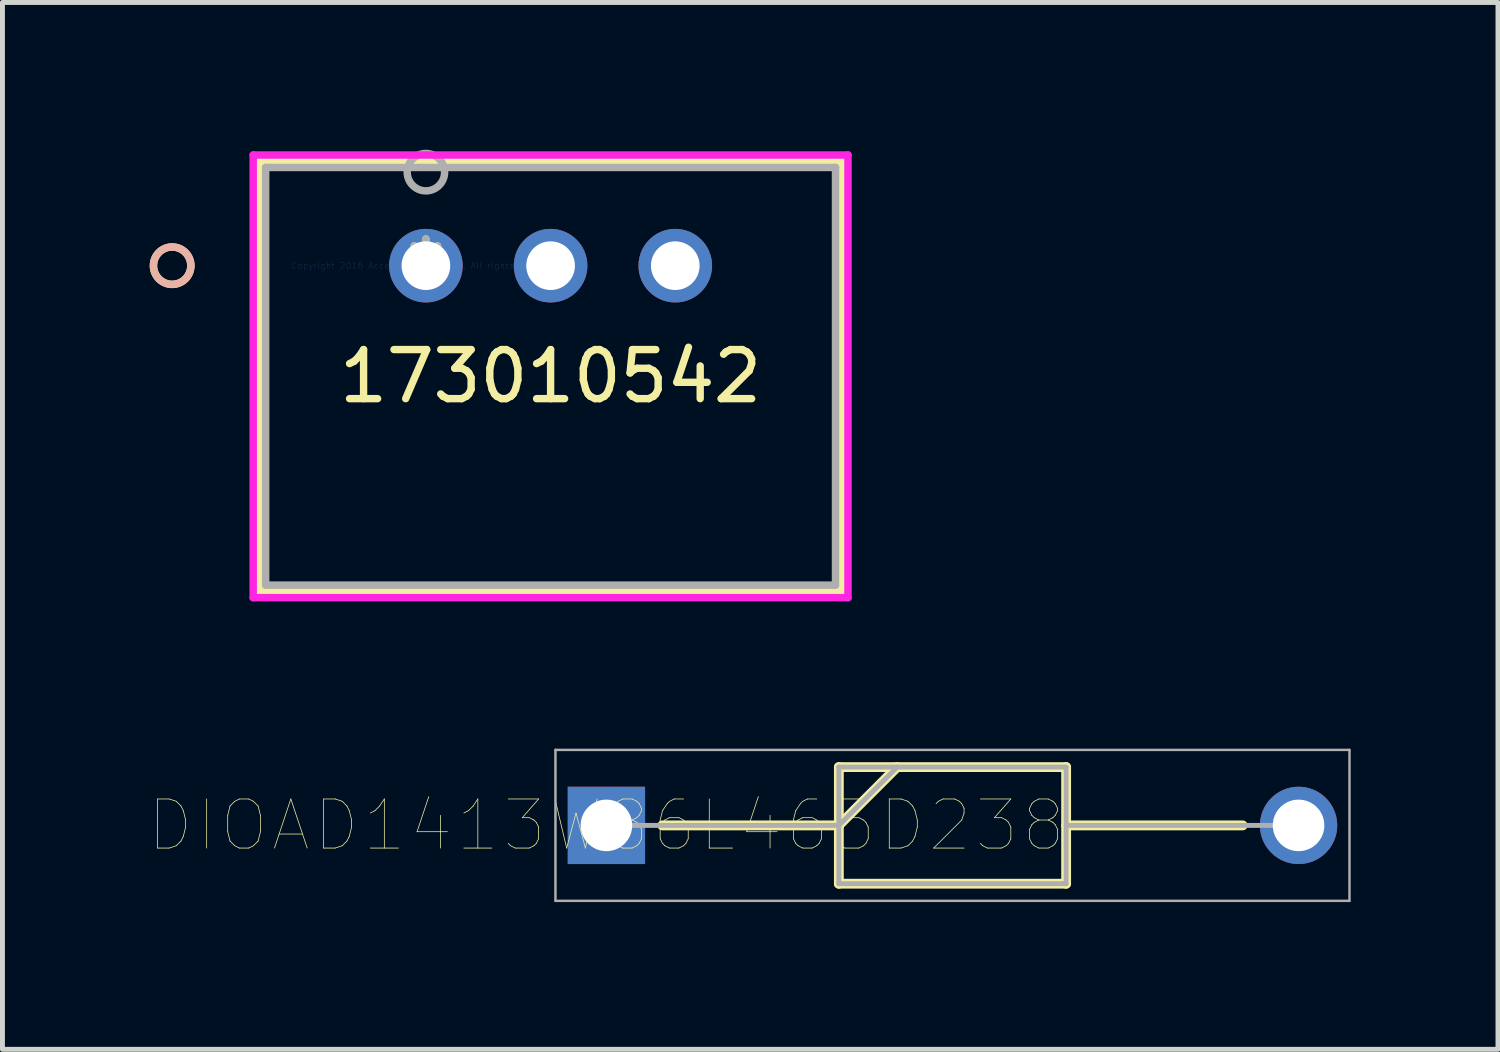
<source format=kicad_pcb>
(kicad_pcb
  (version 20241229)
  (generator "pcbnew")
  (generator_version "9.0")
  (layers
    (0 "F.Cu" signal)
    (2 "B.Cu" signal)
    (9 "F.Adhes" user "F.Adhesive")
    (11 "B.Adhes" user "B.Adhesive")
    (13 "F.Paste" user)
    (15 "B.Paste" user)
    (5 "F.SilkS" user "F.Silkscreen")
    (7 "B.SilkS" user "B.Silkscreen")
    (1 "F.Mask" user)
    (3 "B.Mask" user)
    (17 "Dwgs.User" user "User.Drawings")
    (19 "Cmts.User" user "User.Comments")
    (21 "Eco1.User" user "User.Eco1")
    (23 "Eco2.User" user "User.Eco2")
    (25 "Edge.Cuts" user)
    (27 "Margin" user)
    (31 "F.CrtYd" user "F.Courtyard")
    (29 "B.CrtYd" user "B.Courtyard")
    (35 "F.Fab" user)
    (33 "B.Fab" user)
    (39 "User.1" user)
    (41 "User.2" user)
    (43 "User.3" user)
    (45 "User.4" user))
  (footprint "DIOAD1413W86L463D238"
    (layer "F.Cu")
    (at 9.303 13.764)
    (property "Reference" "DIOAD1413W86L463D238" (at 0 0 0) (layer "F.SilkS") (effects (font (size 1 1) (thickness 0.015))))
    (attr through_hole)
    (fp_line (start 1.138 0) (end 4.735 0) (stroke (width 0.2) (type solid)) (layer "F.SilkS"))
    (fp_line (start 4.735 -1.188) (end 9.365 -1.188) (stroke (width 0.2) (type solid)) (layer "F.SilkS"))
    (fp_line (start 4.735 0) (end 5.922 -1.188) (stroke (width 0.2) (type solid)) (layer "F.SilkS"))
    (fp_line (start 4.735 1.188) (end 4.735 -1.188) (stroke (width 0.2) (type solid)) (layer "F.SilkS"))
    (fp_line (start 9.365 -1.188) (end 9.365 1.188) (stroke (width 0.2) (type solid)) (layer "F.SilkS"))
    (fp_line (start 9.365 0) (end 12.962 0) (stroke (width 0.2) (type solid)) (layer "F.SilkS"))
    (fp_line (start 9.365 1.188) (end 4.735 1.188) (stroke (width 0.2) (type solid)) (layer "F.SilkS"))
    (fp_line (start -1.038 -1.538) (end 15.137 -1.538) (stroke (width 0.05) (type solid)) (layer "F.Fab"))
    (fp_line (start -1.038 1.537) (end -1.038 -1.538) (stroke (width 0.05) (type solid)) (layer "F.Fab"))
    (fp_line (start 0 0) (end 4.735 0) (stroke (width 0.1) (type solid)) (layer "F.Fab"))
    (fp_line (start 4.735 -1.188) (end 9.365 -1.188) (stroke (width 0.1) (type solid)) (layer "F.Fab"))
    (fp_line (start 4.735 0) (end 5.923 -1.188) (stroke (width 0.1) (type solid)) (layer "F.Fab"))
    (fp_line (start 4.735 1.187) (end 4.735 -1.188) (stroke (width 0.1) (type solid)) (layer "F.Fab"))
    (fp_line (start 9.365 -1.188) (end 9.365 1.187) (stroke (width 0.1) (type solid)) (layer "F.Fab"))
    (fp_line (start 9.365 0) (end 14.1 0) (stroke (width 0.1) (type solid)) (layer "F.Fab"))
    (fp_line (start 9.365 1.187) (end 4.735 1.187) (stroke (width 0.1) (type solid)) (layer "F.Fab"))
    (fp_line (start 15.137 -1.538) (end 15.137 1.537) (stroke (width 0.05) (type solid)) (layer "F.Fab"))
    (fp_line (start 15.137 1.537) (end -1.038 1.537) (stroke (width 0.05) (type solid)) (layer "F.Fab"))
    (pad "1" thru_hole rect (at 0 0) (size 1.575 1.575) (drill 1.05) (layers "*.Cu" "*.Mask"))
    (pad "2" thru_hole circle (at 14.1 0) (size 1.575 1.575) (drill 1.05) (layers "*.Cu" "*.Mask")))
  (footprint "173010542"
    (layer "F.Cu")
    (at 5.626 2.362)
    (property "Reference" "173010542" (at 2.54 2.254 0) (layer "F.SilkS") (effects (font (size 1 1) (thickness 0.15))))
    (attr through_hole)
    (fp_line (start -3.391 -2.127) (end -3.391 6.636) (stroke (width 0.152) (type solid)) (layer "F.SilkS"))
    (fp_line (start -3.391 6.636) (end 8.471 6.636) (stroke (width 0.152) (type solid)) (layer "F.SilkS"))
    (fp_line (start 8.471 -2.127) (end -3.391 -2.127) (stroke (width 0.152) (type solid)) (layer "F.SilkS"))
    (fp_line (start 8.471 6.636) (end 8.471 -2.127) (stroke (width 0.152) (type solid)) (layer "F.SilkS"))
    (fp_circle (center -5.169 0) (end -4.788 0) (stroke (width 0.152) (type solid)) (fill no) (layer "F.SilkS"))
    (fp_circle (center -5.169 0) (end -4.788 0) (stroke (width 0.152) (type solid)) (fill no) (layer "B.SilkS"))
    (fp_line (start -3.518 -2.255) (end -3.518 6.763) (stroke (width 0.152) (type solid)) (layer "F.CrtYd"))
    (fp_line (start -3.518 6.763) (end 8.598 6.763) (stroke (width 0.152) (type solid)) (layer "F.CrtYd"))
    (fp_line (start 8.598 -2.255) (end -3.518 -2.255) (stroke (width 0.152) (type solid)) (layer "F.CrtYd"))
    (fp_line (start 8.598 6.763) (end 8.598 -2.255) (stroke (width 0.152) (type solid)) (layer "F.CrtYd"))
    (fp_line (start -3.264 -2.001) (end -3.264 6.508) (stroke (width 0.152) (type solid)) (layer "F.Fab"))
    (fp_line (start -3.264 6.508) (end 8.344 6.508) (stroke (width 0.152) (type solid)) (layer "F.Fab"))
    (fp_line (start 8.344 -2.001) (end -3.264 -2.001) (stroke (width 0.152) (type solid)) (layer "F.Fab"))
    (fp_line (start 8.344 6.508) (end 8.344 -2.001) (stroke (width 0.152) (type solid)) (layer "F.Fab"))
    (fp_circle (center 0 -1.905) (end 0.381 -1.905) (stroke (width 0.152) (type solid)) (fill no) (layer "F.Fab"))
    (fp_text user "*" (at 0 0 0) (layer "F.SilkS") (effects (font (size 1 1) (thickness 0.15))))
    (fp_text user "Copyright 2016 Accelerated Designs. All rights reserved." (at 0 0 0) (layer "Cmts.User") (effects (font (size 0.127 0.127) (thickness 0.002))))
    (fp_text user "*" (at 0 0 0) (layer "F.Fab") (effects (font (size 1 1) (thickness 0.15))))
    (pad "1" thru_hole circle (at 0 0) (size 1.499 1.499) (drill 0.991) (layers "*.Cu" "*.Mask"))
    (pad "2" thru_hole circle (at 2.54 0) (size 1.499 1.499) (drill 0.991) (layers "*.Cu" "*.Mask"))
    (pad "3" thru_hole circle (at 5.08 0) (size 1.499 1.499) (drill 0.991) (layers "*.Cu" "*.Mask")))
  (gr_rect
    (start -3 -3)
    (end 27.465 18.326)
    (stroke (width 0.1) (type default))
    (fill no)
    (layer "Edge.Cuts")))
</source>
